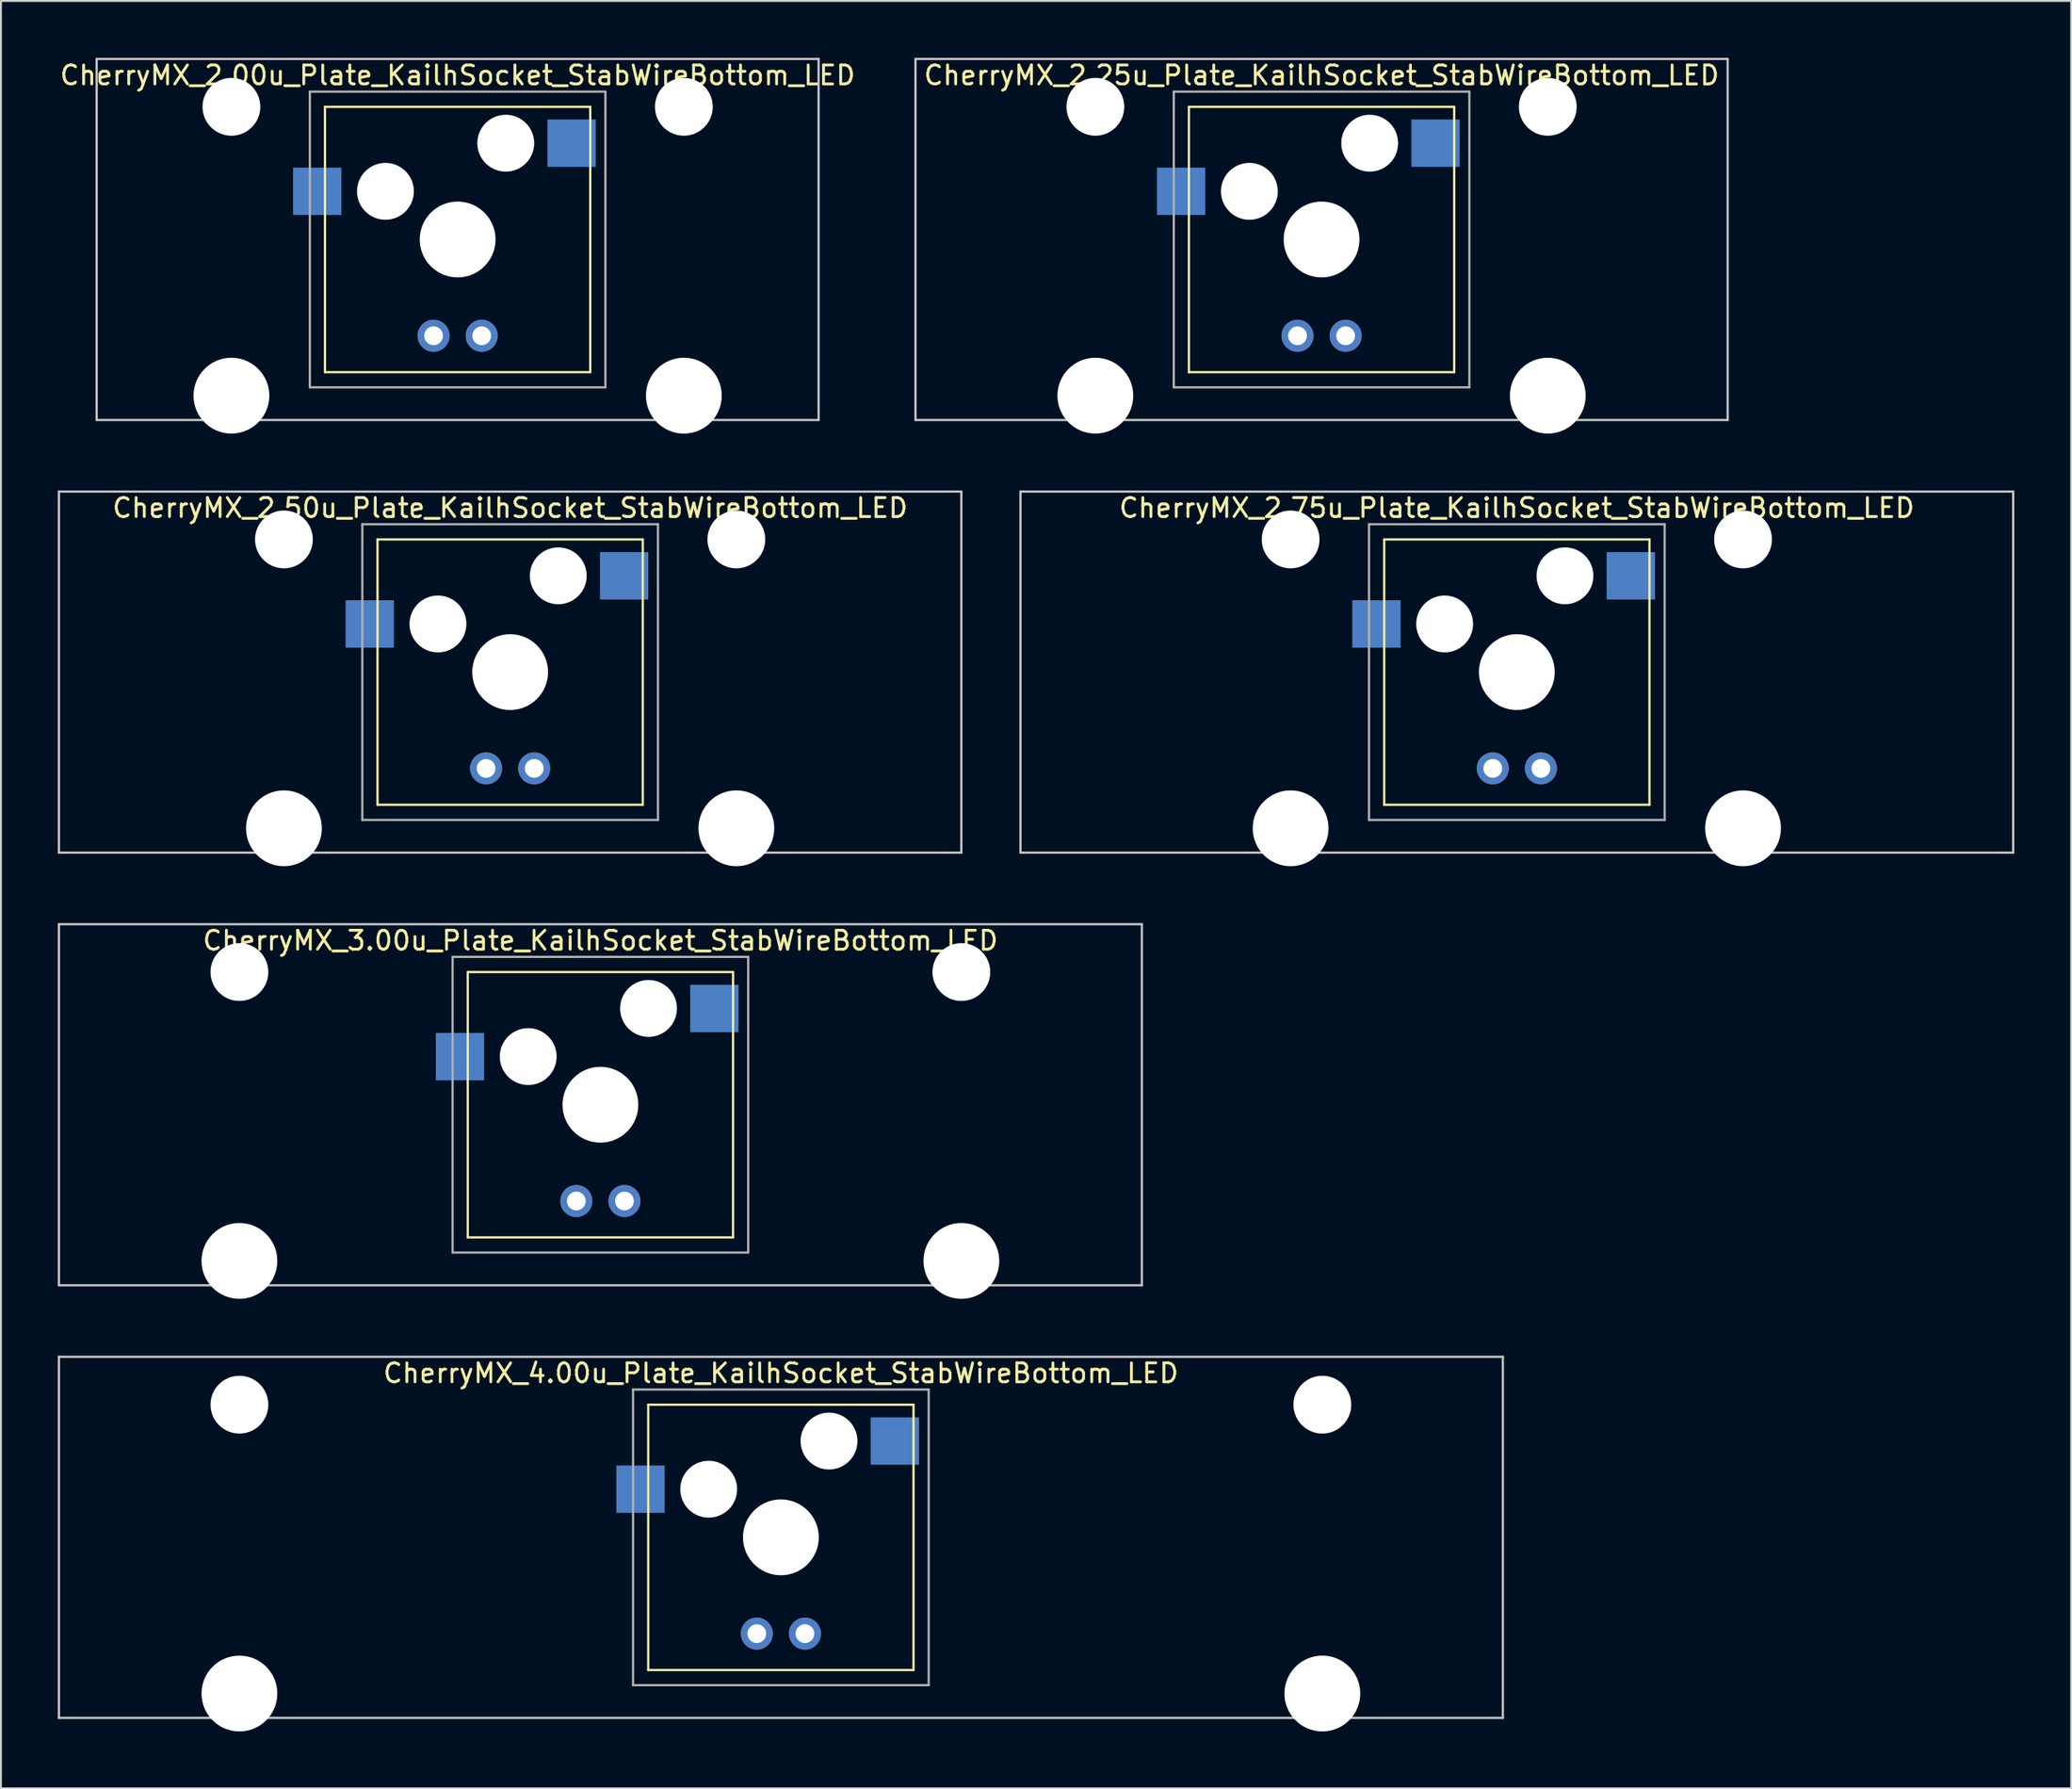
<source format=kicad_pcb>
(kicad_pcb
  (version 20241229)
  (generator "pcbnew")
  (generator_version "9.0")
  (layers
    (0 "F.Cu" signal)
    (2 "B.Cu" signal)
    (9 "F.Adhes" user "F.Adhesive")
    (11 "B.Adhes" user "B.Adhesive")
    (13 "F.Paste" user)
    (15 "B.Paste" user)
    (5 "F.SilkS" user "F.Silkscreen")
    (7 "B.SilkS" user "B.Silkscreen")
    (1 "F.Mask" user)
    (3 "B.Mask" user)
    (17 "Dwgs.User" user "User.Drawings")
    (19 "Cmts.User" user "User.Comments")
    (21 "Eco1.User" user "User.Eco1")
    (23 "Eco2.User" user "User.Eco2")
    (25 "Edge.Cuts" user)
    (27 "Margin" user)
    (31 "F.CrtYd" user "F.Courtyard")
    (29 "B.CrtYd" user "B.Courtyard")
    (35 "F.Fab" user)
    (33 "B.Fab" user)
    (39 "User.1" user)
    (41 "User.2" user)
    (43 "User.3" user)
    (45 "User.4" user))
  (footprint "CherryMX_2.25u_Plate_KailhSocket_StabWireBottom_LED"
    (layer "F.Cu")
    (at 66.694 9.585)
    (property "Reference" "CherryMX_2.25u_Plate_KailhSocket_StabWireBottom_LED" (at 0 -8.662 0) (layer "F.SilkS") (effects (font (size 1 1) (thickness 0.15))))
    (attr through_hole)
    (fp_line (start -7 -7) (end -7 7) (stroke (width 0.12) (type solid)) (layer "F.SilkS"))
    (fp_line (start -7 -7) (end 7 -7) (stroke (width 0.12) (type solid)) (layer "F.SilkS"))
    (fp_line (start 7 -7) (end 7 7) (stroke (width 0.12) (type solid)) (layer "F.SilkS"))
    (fp_line (start 7 7) (end -7 7) (stroke (width 0.12) (type solid)) (layer "F.SilkS"))
    (fp_line (start -21.431 -9.525) (end 21.431 -9.525) (stroke (width 0.12) (type solid)) (layer "Dwgs.User"))
    (fp_line (start -21.431 9.525) (end -21.431 -9.525) (stroke (width 0.12) (type solid)) (layer "Dwgs.User"))
    (fp_line (start 21.431 -9.525) (end 21.431 9.525) (stroke (width 0.12) (type solid)) (layer "Dwgs.User"))
    (fp_line (start 21.431 9.525) (end -21.431 9.525) (stroke (width 0.12) (type solid)) (layer "Dwgs.User"))
    (fp_line (start -7.8 -7.8) (end -7.8 7.8) (stroke (width 0.12) (type solid)) (layer "F.Fab"))
    (fp_line (start -7.8 -7.8) (end 7.8 -7.8) (stroke (width 0.12) (type solid)) (layer "F.Fab"))
    (fp_line (start -7.8 7.8) (end 7.8 7.8) (stroke (width 0.12) (type solid)) (layer "F.Fab"))
    (fp_line (start 7.8 -7.8) (end 7.8 7.8) (stroke (width 0.12) (type solid)) (layer "F.Fab"))
    (pad "" np_thru_hole circle (at -11.938 -7) (size 3.05 3.05) (drill 3.05) (layers "*.Cu" "*.Mask"))
    (pad "" np_thru_hole circle (at -11.938 8.24) (size 4 4) (drill 4) (layers "*.Cu" "*.Mask"))
    (pad "" np_thru_hole circle (at -3.81 -2.54) (size 3 3) (drill 3) (layers "*.Cu" "*.Mask"))
    (pad "" np_thru_hole circle (at 0 0) (size 4 4) (drill 4) (layers "*.Cu" "*.Mask"))
    (pad "" np_thru_hole circle (at 2.54 -5.08) (size 3 3) (drill 3) (layers "*.Cu" "*.Mask"))
    (pad "" np_thru_hole circle (at 11.938 -7) (size 3.05 3.05) (drill 3.05) (layers "*.Cu" "*.Mask"))
    (pad "" np_thru_hole circle (at 11.938 8.24) (size 4 4) (drill 4) (layers "*.Cu" "*.Mask"))
    (pad "1" smd rect (at -7.41 -2.54) (size 2.55 2.5) (layers "B.Cu" "B.Mask" "B.Paste"))
    (pad "2" smd rect (at 6.015 -5.08) (size 2.55 2.5) (layers "B.Cu" "B.Mask" "B.Paste"))
    (pad "3" thru_hole circle (at -1.27 5.08) (size 1.691 1.691) (drill 0.991) (layers "*.Cu" "*.Mask"))
    (pad "4" thru_hole circle (at 1.27 5.08) (size 1.691 1.691) (drill 0.991) (layers "*.Cu" "*.Mask")))
  (footprint "CherryMX_3.00u_Plate_KailhSocket_StabWireBottom_LED"
    (layer "F.Cu")
    (at 28.635 55.235)
    (property "Reference" "CherryMX_3.00u_Plate_KailhSocket_StabWireBottom_LED" (at 0 -8.662 0) (layer "F.SilkS") (effects (font (size 1 1) (thickness 0.15))))
    (attr through_hole)
    (fp_line (start -7 -7) (end -7 7) (stroke (width 0.12) (type solid)) (layer "F.SilkS"))
    (fp_line (start -7 -7) (end 7 -7) (stroke (width 0.12) (type solid)) (layer "F.SilkS"))
    (fp_line (start 7 -7) (end 7 7) (stroke (width 0.12) (type solid)) (layer "F.SilkS"))
    (fp_line (start 7 7) (end -7 7) (stroke (width 0.12) (type solid)) (layer "F.SilkS"))
    (fp_line (start -28.575 -9.525) (end 28.575 -9.525) (stroke (width 0.12) (type solid)) (layer "Dwgs.User"))
    (fp_line (start -28.575 9.525) (end -28.575 -9.525) (stroke (width 0.12) (type solid)) (layer "Dwgs.User"))
    (fp_line (start 28.575 -9.525) (end 28.575 9.525) (stroke (width 0.12) (type solid)) (layer "Dwgs.User"))
    (fp_line (start 28.575 9.525) (end -28.575 9.525) (stroke (width 0.12) (type solid)) (layer "Dwgs.User"))
    (fp_line (start -7.8 -7.8) (end -7.8 7.8) (stroke (width 0.12) (type solid)) (layer "F.Fab"))
    (fp_line (start -7.8 -7.8) (end 7.8 -7.8) (stroke (width 0.12) (type solid)) (layer "F.Fab"))
    (fp_line (start -7.8 7.8) (end 7.8 7.8) (stroke (width 0.12) (type solid)) (layer "F.Fab"))
    (fp_line (start 7.8 -7.8) (end 7.8 7.8) (stroke (width 0.12) (type solid)) (layer "F.Fab"))
    (pad "" np_thru_hole circle (at -19.05 -7) (size 3.05 3.05) (drill 3.05) (layers "*.Cu" "*.Mask"))
    (pad "" np_thru_hole circle (at -19.05 8.24) (size 4 4) (drill 4) (layers "*.Cu" "*.Mask"))
    (pad "" np_thru_hole circle (at -3.81 -2.54) (size 3 3) (drill 3) (layers "*.Cu" "*.Mask"))
    (pad "" np_thru_hole circle (at 0 0) (size 4 4) (drill 4) (layers "*.Cu" "*.Mask"))
    (pad "" np_thru_hole circle (at 2.54 -5.08) (size 3 3) (drill 3) (layers "*.Cu" "*.Mask"))
    (pad "" np_thru_hole circle (at 19.05 -7) (size 3.05 3.05) (drill 3.05) (layers "*.Cu" "*.Mask"))
    (pad "" np_thru_hole circle (at 19.05 8.24) (size 4 4) (drill 4) (layers "*.Cu" "*.Mask"))
    (pad "1" smd rect (at -7.41 -2.54) (size 2.55 2.5) (layers "B.Cu" "B.Mask" "B.Paste"))
    (pad "2" smd rect (at 6.015 -5.08) (size 2.55 2.5) (layers "B.Cu" "B.Mask" "B.Paste"))
    (pad "3" thru_hole circle (at -1.27 5.08) (size 1.691 1.691) (drill 0.991) (layers "*.Cu" "*.Mask"))
    (pad "4" thru_hole circle (at 1.27 5.08) (size 1.691 1.691) (drill 0.991) (layers "*.Cu" "*.Mask")))
  (footprint "CherryMX_2.75u_Plate_KailhSocket_StabWireBottom_LED"
    (layer "F.Cu")
    (at 76.999 32.41)
    (property "Reference" "CherryMX_2.75u_Plate_KailhSocket_StabWireBottom_LED" (at 0 -8.662 0) (layer "F.SilkS") (effects (font (size 1 1) (thickness 0.15))))
    (attr through_hole)
    (fp_line (start -7 -7) (end -7 7) (stroke (width 0.12) (type solid)) (layer "F.SilkS"))
    (fp_line (start -7 -7) (end 7 -7) (stroke (width 0.12) (type solid)) (layer "F.SilkS"))
    (fp_line (start 7 -7) (end 7 7) (stroke (width 0.12) (type solid)) (layer "F.SilkS"))
    (fp_line (start 7 7) (end -7 7) (stroke (width 0.12) (type solid)) (layer "F.SilkS"))
    (fp_line (start -26.194 -9.525) (end 26.194 -9.525) (stroke (width 0.12) (type solid)) (layer "Dwgs.User"))
    (fp_line (start -26.194 9.525) (end -26.194 -9.525) (stroke (width 0.12) (type solid)) (layer "Dwgs.User"))
    (fp_line (start 26.194 -9.525) (end 26.194 9.525) (stroke (width 0.12) (type solid)) (layer "Dwgs.User"))
    (fp_line (start 26.194 9.525) (end -26.194 9.525) (stroke (width 0.12) (type solid)) (layer "Dwgs.User"))
    (fp_line (start -7.8 -7.8) (end -7.8 7.8) (stroke (width 0.12) (type solid)) (layer "F.Fab"))
    (fp_line (start -7.8 -7.8) (end 7.8 -7.8) (stroke (width 0.12) (type solid)) (layer "F.Fab"))
    (fp_line (start -7.8 7.8) (end 7.8 7.8) (stroke (width 0.12) (type solid)) (layer "F.Fab"))
    (fp_line (start 7.8 -7.8) (end 7.8 7.8) (stroke (width 0.12) (type solid)) (layer "F.Fab"))
    (pad "" np_thru_hole circle (at -11.938 -7) (size 3.05 3.05) (drill 3.05) (layers "*.Cu" "*.Mask"))
    (pad "" np_thru_hole circle (at -11.938 8.24) (size 4 4) (drill 4) (layers "*.Cu" "*.Mask"))
    (pad "" np_thru_hole circle (at -3.81 -2.54) (size 3 3) (drill 3) (layers "*.Cu" "*.Mask"))
    (pad "" np_thru_hole circle (at 0 0) (size 4 4) (drill 4) (layers "*.Cu" "*.Mask"))
    (pad "" np_thru_hole circle (at 2.54 -5.08) (size 3 3) (drill 3) (layers "*.Cu" "*.Mask"))
    (pad "" np_thru_hole circle (at 11.938 -7) (size 3.05 3.05) (drill 3.05) (layers "*.Cu" "*.Mask"))
    (pad "" np_thru_hole circle (at 11.938 8.24) (size 4 4) (drill 4) (layers "*.Cu" "*.Mask"))
    (pad "1" smd rect (at -7.41 -2.54) (size 2.55 2.5) (layers "B.Cu" "B.Mask" "B.Paste"))
    (pad "2" smd rect (at 6.015 -5.08) (size 2.55 2.5) (layers "B.Cu" "B.Mask" "B.Paste"))
    (pad "3" thru_hole circle (at -1.27 5.08) (size 1.691 1.691) (drill 0.991) (layers "*.Cu" "*.Mask"))
    (pad "4" thru_hole circle (at 1.27 5.08) (size 1.691 1.691) (drill 0.991) (layers "*.Cu" "*.Mask")))
  (footprint "CherryMX_2.00u_Plate_KailhSocket_StabWireBottom_LED"
    (layer "F.Cu")
    (at 21.101 9.585)
    (property "Reference" "CherryMX_2.00u_Plate_KailhSocket_StabWireBottom_LED" (at 0 -8.662 0) (layer "F.SilkS") (effects (font (size 1 1) (thickness 0.15))))
    (attr through_hole)
    (fp_line (start -7 -7) (end -7 7) (stroke (width 0.12) (type solid)) (layer "F.SilkS"))
    (fp_line (start -7 -7) (end 7 -7) (stroke (width 0.12) (type solid)) (layer "F.SilkS"))
    (fp_line (start 7 -7) (end 7 7) (stroke (width 0.12) (type solid)) (layer "F.SilkS"))
    (fp_line (start 7 7) (end -7 7) (stroke (width 0.12) (type solid)) (layer "F.SilkS"))
    (fp_line (start -19.05 -9.525) (end 19.05 -9.525) (stroke (width 0.12) (type solid)) (layer "Dwgs.User"))
    (fp_line (start -19.05 9.525) (end -19.05 -9.525) (stroke (width 0.12) (type solid)) (layer "Dwgs.User"))
    (fp_line (start 19.05 -9.525) (end 19.05 9.525) (stroke (width 0.12) (type solid)) (layer "Dwgs.User"))
    (fp_line (start 19.05 9.525) (end -19.05 9.525) (stroke (width 0.12) (type solid)) (layer "Dwgs.User"))
    (fp_line (start -7.8 -7.8) (end -7.8 7.8) (stroke (width 0.12) (type solid)) (layer "F.Fab"))
    (fp_line (start -7.8 -7.8) (end 7.8 -7.8) (stroke (width 0.12) (type solid)) (layer "F.Fab"))
    (fp_line (start -7.8 7.8) (end 7.8 7.8) (stroke (width 0.12) (type solid)) (layer "F.Fab"))
    (fp_line (start 7.8 -7.8) (end 7.8 7.8) (stroke (width 0.12) (type solid)) (layer "F.Fab"))
    (pad "" np_thru_hole circle (at -11.938 -7) (size 3.05 3.05) (drill 3.05) (layers "*.Cu" "*.Mask"))
    (pad "" np_thru_hole circle (at -11.938 8.24) (size 4 4) (drill 4) (layers "*.Cu" "*.Mask"))
    (pad "" np_thru_hole circle (at -3.81 -2.54) (size 3 3) (drill 3) (layers "*.Cu" "*.Mask"))
    (pad "" np_thru_hole circle (at 0 0) (size 4 4) (drill 4) (layers "*.Cu" "*.Mask"))
    (pad "" np_thru_hole circle (at 2.54 -5.08) (size 3 3) (drill 3) (layers "*.Cu" "*.Mask"))
    (pad "" np_thru_hole circle (at 11.938 -7) (size 3.05 3.05) (drill 3.05) (layers "*.Cu" "*.Mask"))
    (pad "" np_thru_hole circle (at 11.938 8.24) (size 4 4) (drill 4) (layers "*.Cu" "*.Mask"))
    (pad "1" smd rect (at -7.41 -2.54) (size 2.55 2.5) (layers "B.Cu" "B.Mask" "B.Paste"))
    (pad "2" smd rect (at 6.015 -5.08) (size 2.55 2.5) (layers "B.Cu" "B.Mask" "B.Paste"))
    (pad "3" thru_hole circle (at -1.27 5.08) (size 1.691 1.691) (drill 0.991) (layers "*.Cu" "*.Mask"))
    (pad "4" thru_hole circle (at 1.27 5.08) (size 1.691 1.691) (drill 0.991) (layers "*.Cu" "*.Mask")))
  (footprint "CherryMX_4.00u_Plate_KailhSocket_StabWireBottom_LED"
    (layer "F.Cu")
    (at 38.16 78.06)
    (property "Reference" "CherryMX_4.00u_Plate_KailhSocket_StabWireBottom_LED" (at 0 -8.662 0) (layer "F.SilkS") (effects (font (size 1 1) (thickness 0.15))))
    (attr through_hole)
    (fp_line (start -7 -7) (end -7 7) (stroke (width 0.12) (type solid)) (layer "F.SilkS"))
    (fp_line (start -7 -7) (end 7 -7) (stroke (width 0.12) (type solid)) (layer "F.SilkS"))
    (fp_line (start 7 -7) (end 7 7) (stroke (width 0.12) (type solid)) (layer "F.SilkS"))
    (fp_line (start 7 7) (end -7 7) (stroke (width 0.12) (type solid)) (layer "F.SilkS"))
    (fp_line (start -38.1 -9.525) (end 38.1 -9.525) (stroke (width 0.12) (type solid)) (layer "Dwgs.User"))
    (fp_line (start -38.1 9.525) (end -38.1 -9.525) (stroke (width 0.12) (type solid)) (layer "Dwgs.User"))
    (fp_line (start 38.1 -9.525) (end 38.1 9.525) (stroke (width 0.12) (type solid)) (layer "Dwgs.User"))
    (fp_line (start 38.1 9.525) (end -38.1 9.525) (stroke (width 0.12) (type solid)) (layer "Dwgs.User"))
    (fp_line (start -7.8 -7.8) (end -7.8 7.8) (stroke (width 0.12) (type solid)) (layer "F.Fab"))
    (fp_line (start -7.8 -7.8) (end 7.8 -7.8) (stroke (width 0.12) (type solid)) (layer "F.Fab"))
    (fp_line (start -7.8 7.8) (end 7.8 7.8) (stroke (width 0.12) (type solid)) (layer "F.Fab"))
    (fp_line (start 7.8 -7.8) (end 7.8 7.8) (stroke (width 0.12) (type solid)) (layer "F.Fab"))
    (pad "" np_thru_hole circle (at -28.575 -7) (size 3.05 3.05) (drill 3.05) (layers "*.Cu" "*.Mask"))
    (pad "" np_thru_hole circle (at -28.575 8.24) (size 4 4) (drill 4) (layers "*.Cu" "*.Mask"))
    (pad "" np_thru_hole circle (at -3.81 -2.54) (size 3 3) (drill 3) (layers "*.Cu" "*.Mask"))
    (pad "" np_thru_hole circle (at 0 0) (size 4 4) (drill 4) (layers "*.Cu" "*.Mask"))
    (pad "" np_thru_hole circle (at 2.54 -5.08) (size 3 3) (drill 3) (layers "*.Cu" "*.Mask"))
    (pad "" np_thru_hole circle (at 28.575 -7) (size 3.05 3.05) (drill 3.05) (layers "*.Cu" "*.Mask"))
    (pad "" np_thru_hole circle (at 28.575 8.24) (size 4 4) (drill 4) (layers "*.Cu" "*.Mask"))
    (pad "1" smd rect (at -7.41 -2.54) (size 2.55 2.5) (layers "B.Cu" "B.Mask" "B.Paste"))
    (pad "2" smd rect (at 6.015 -5.08) (size 2.55 2.5) (layers "B.Cu" "B.Mask" "B.Paste"))
    (pad "3" thru_hole circle (at -1.27 5.08) (size 1.691 1.691) (drill 0.991) (layers "*.Cu" "*.Mask"))
    (pad "4" thru_hole circle (at 1.27 5.08) (size 1.691 1.691) (drill 0.991) (layers "*.Cu" "*.Mask")))
  (footprint "CherryMX_2.50u_Plate_KailhSocket_StabWireBottom_LED"
    (layer "F.Cu")
    (at 23.872 32.41)
    (property "Reference" "CherryMX_2.50u_Plate_KailhSocket_StabWireBottom_LED" (at 0 -8.662 0) (layer "F.SilkS") (effects (font (size 1 1) (thickness 0.15))))
    (attr through_hole)
    (fp_line (start -7 -7) (end -7 7) (stroke (width 0.12) (type solid)) (layer "F.SilkS"))
    (fp_line (start -7 -7) (end 7 -7) (stroke (width 0.12) (type solid)) (layer "F.SilkS"))
    (fp_line (start 7 -7) (end 7 7) (stroke (width 0.12) (type solid)) (layer "F.SilkS"))
    (fp_line (start 7 7) (end -7 7) (stroke (width 0.12) (type solid)) (layer "F.SilkS"))
    (fp_line (start -23.812 -9.525) (end 23.812 -9.525) (stroke (width 0.12) (type solid)) (layer "Dwgs.User"))
    (fp_line (start -23.812 9.525) (end -23.812 -9.525) (stroke (width 0.12) (type solid)) (layer "Dwgs.User"))
    (fp_line (start 23.812 -9.525) (end 23.812 9.525) (stroke (width 0.12) (type solid)) (layer "Dwgs.User"))
    (fp_line (start 23.812 9.525) (end -23.812 9.525) (stroke (width 0.12) (type solid)) (layer "Dwgs.User"))
    (fp_line (start -7.8 -7.8) (end -7.8 7.8) (stroke (width 0.12) (type solid)) (layer "F.Fab"))
    (fp_line (start -7.8 -7.8) (end 7.8 -7.8) (stroke (width 0.12) (type solid)) (layer "F.Fab"))
    (fp_line (start -7.8 7.8) (end 7.8 7.8) (stroke (width 0.12) (type solid)) (layer "F.Fab"))
    (fp_line (start 7.8 -7.8) (end 7.8 7.8) (stroke (width 0.12) (type solid)) (layer "F.Fab"))
    (pad "" np_thru_hole circle (at -11.938 -7) (size 3.05 3.05) (drill 3.05) (layers "*.Cu" "*.Mask"))
    (pad "" np_thru_hole circle (at -11.938 8.24) (size 4 4) (drill 4) (layers "*.Cu" "*.Mask"))
    (pad "" np_thru_hole circle (at -3.81 -2.54) (size 3 3) (drill 3) (layers "*.Cu" "*.Mask"))
    (pad "" np_thru_hole circle (at 0 0) (size 4 4) (drill 4) (layers "*.Cu" "*.Mask"))
    (pad "" np_thru_hole circle (at 2.54 -5.08) (size 3 3) (drill 3) (layers "*.Cu" "*.Mask"))
    (pad "" np_thru_hole circle (at 11.938 -7) (size 3.05 3.05) (drill 3.05) (layers "*.Cu" "*.Mask"))
    (pad "" np_thru_hole circle (at 11.938 8.24) (size 4 4) (drill 4) (layers "*.Cu" "*.Mask"))
    (pad "1" smd rect (at -7.41 -2.54) (size 2.55 2.5) (layers "B.Cu" "B.Mask" "B.Paste"))
    (pad "2" smd rect (at 6.015 -5.08) (size 2.55 2.5) (layers "B.Cu" "B.Mask" "B.Paste"))
    (pad "3" thru_hole circle (at -1.27 5.08) (size 1.691 1.691) (drill 0.991) (layers "*.Cu" "*.Mask"))
    (pad "4" thru_hole circle (at 1.27 5.08) (size 1.691 1.691) (drill 0.991) (layers "*.Cu" "*.Mask")))
  (gr_rect
    (start -3 -3)
    (end 106.252 91.3)
    (stroke (width 0.1) (type default))
    (fill no)
    (layer "Edge.Cuts")))
</source>
